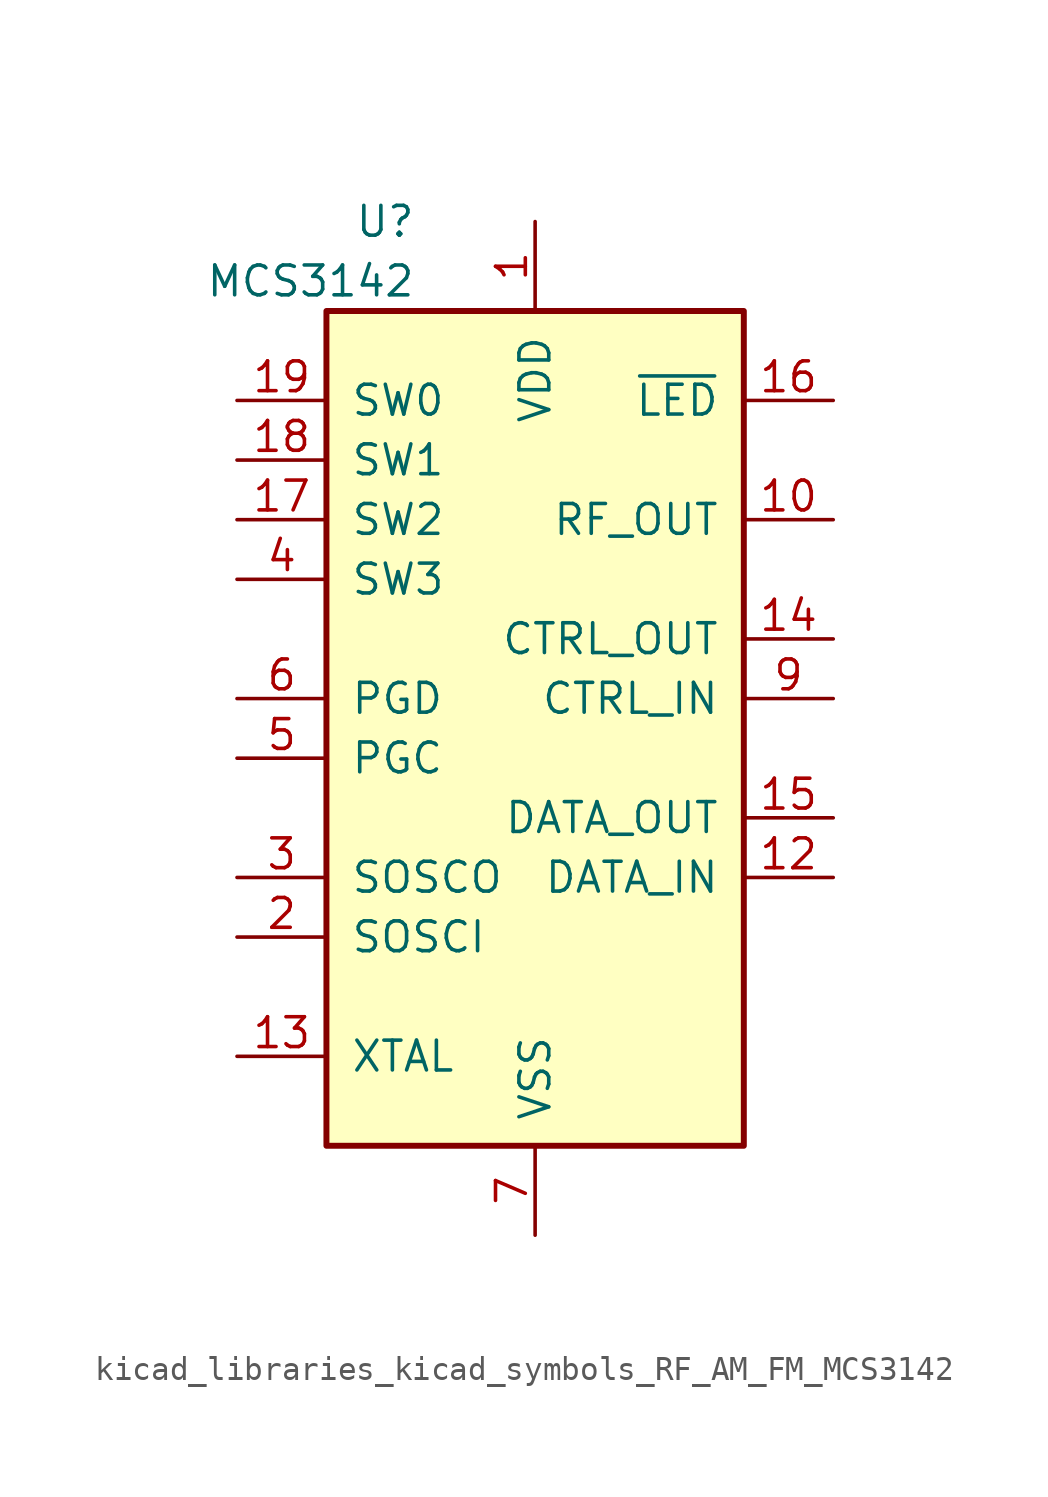
<source format=kicad_sym>
(kicad_symbol_lib
  (version 20220914)
  (generator kicad_symbol_editor)
  (symbol "kicad_libraries_kicad_symbols_RF_AM_FM_MCS3142"
    (pin_names
      (offset 1.016))
    (property "Reference" "U"
      (at -5.08 22.86 0)
      (effects (font (size 1.27 1.27)) (justify right)))
    (property "Value" "MCS3142"
      (at -5.08 20.32 0)
      (effects (font (size 1.27 1.27)) (justify right)))
    (symbol "kicad_libraries_kicad_symbols_RF_AM_FM_MCS3142_0_1"
      (rectangle (start -8.89 19.05) (end 8.89 -16.51) (stroke (width 0.254) (type default)) (fill (type background))))
    (symbol "kicad_libraries_kicad_symbols_RF_AM_FM_MCS3142_1_1"
      (pin power_in line (at 0 22.86 270) (length 3.81) (name "VDD" (effects (font (size 1.27 1.27)))) (number "1" (effects (font (size 1.27 1.27)))))
      (pin output line (at 12.7 10.16 180) (length 3.81) (name "RF_OUT" (effects (font (size 1.27 1.27)))) (number "10" (effects (font (size 1.27 1.27)))))
      (pin passive line (at 0 -20.32 90) (length 3.81) hide (name "VSS" (effects (font (size 1.27 1.27)))) (number "11" (effects (font (size 1.27 1.27)))))
      (pin input line (at 12.7 -5.08 180) (length 3.81) (name "DATA_IN" (effects (font (size 1.27 1.27)))) (number "12" (effects (font (size 1.27 1.27)))))
      (pin input line (at -12.7 -12.7 0) (length 3.81) (name "XTAL" (effects (font (size 1.27 1.27)))) (number "13" (effects (font (size 1.27 1.27)))))
      (pin output line (at 12.7 5.08 180) (length 3.81) (name "CTRL_OUT" (effects (font (size 1.27 1.27)))) (number "14" (effects (font (size 1.27 1.27)))))
      (pin output line (at 12.7 -2.54 180) (length 3.81) (name "DATA_OUT" (effects (font (size 1.27 1.27)))) (number "15" (effects (font (size 1.27 1.27)))))
      (pin output line (at 12.7 15.24 180) (length 3.81) (name "~{LED}" (effects (font (size 1.27 1.27)))) (number "16" (effects (font (size 1.27 1.27)))))
      (pin input line (at -12.7 10.16 0) (length 3.81) (name "SW2" (effects (font (size 1.27 1.27)))) (number "17" (effects (font (size 1.27 1.27)))))
      (pin input line (at -12.7 12.7 0) (length 3.81) (name "SW1" (effects (font (size 1.27 1.27)))) (number "18" (effects (font (size 1.27 1.27)))))
      (pin input line (at -12.7 15.24 0) (length 3.81) (name "SW0" (effects (font (size 1.27 1.27)))) (number "19" (effects (font (size 1.27 1.27)))))
      (pin input line (at -12.7 -7.62 0) (length 3.81) (name "SOSCI" (effects (font (size 1.27 1.27)))) (number "2" (effects (font (size 1.27 1.27)))))
      (pin passive line (at 0 -20.32 90) (length 3.81) hide (name "VSS" (effects (font (size 1.27 1.27)))) (number "20" (effects (font (size 1.27 1.27)))))
      (pin output line (at -12.7 -5.08 0) (length 3.81) (name "SOSCO" (effects (font (size 1.27 1.27)))) (number "3" (effects (font (size 1.27 1.27)))))
      (pin input line (at -12.7 7.62 0) (length 3.81) (name "SW3" (effects (font (size 1.27 1.27)))) (number "4" (effects (font (size 1.27 1.27)))))
      (pin input line (at -12.7 0 0) (length 3.81) (name "PGC" (effects (font (size 1.27 1.27)))) (number "5" (effects (font (size 1.27 1.27)))))
      (pin bidirectional line (at -12.7 2.54 0) (length 3.81) (name "PGD" (effects (font (size 1.27 1.27)))) (number "6" (effects (font (size 1.27 1.27)))))
      (pin power_in line (at 0 -20.32 90) (length 3.81) (name "VSS" (effects (font (size 1.27 1.27)))) (number "7" (effects (font (size 1.27 1.27)))))
      (pin passive line (at 0 22.86 270) (length 3.81) hide (name "VDD" (effects (font (size 1.27 1.27)))) (number "8" (effects (font (size 1.27 1.27)))))
      (pin input line (at 12.7 2.54 180) (length 3.81) (name "CTRL_IN" (effects (font (size 1.27 1.27)))) (number "9" (effects (font (size 1.27 1.27))))))))
</source>
